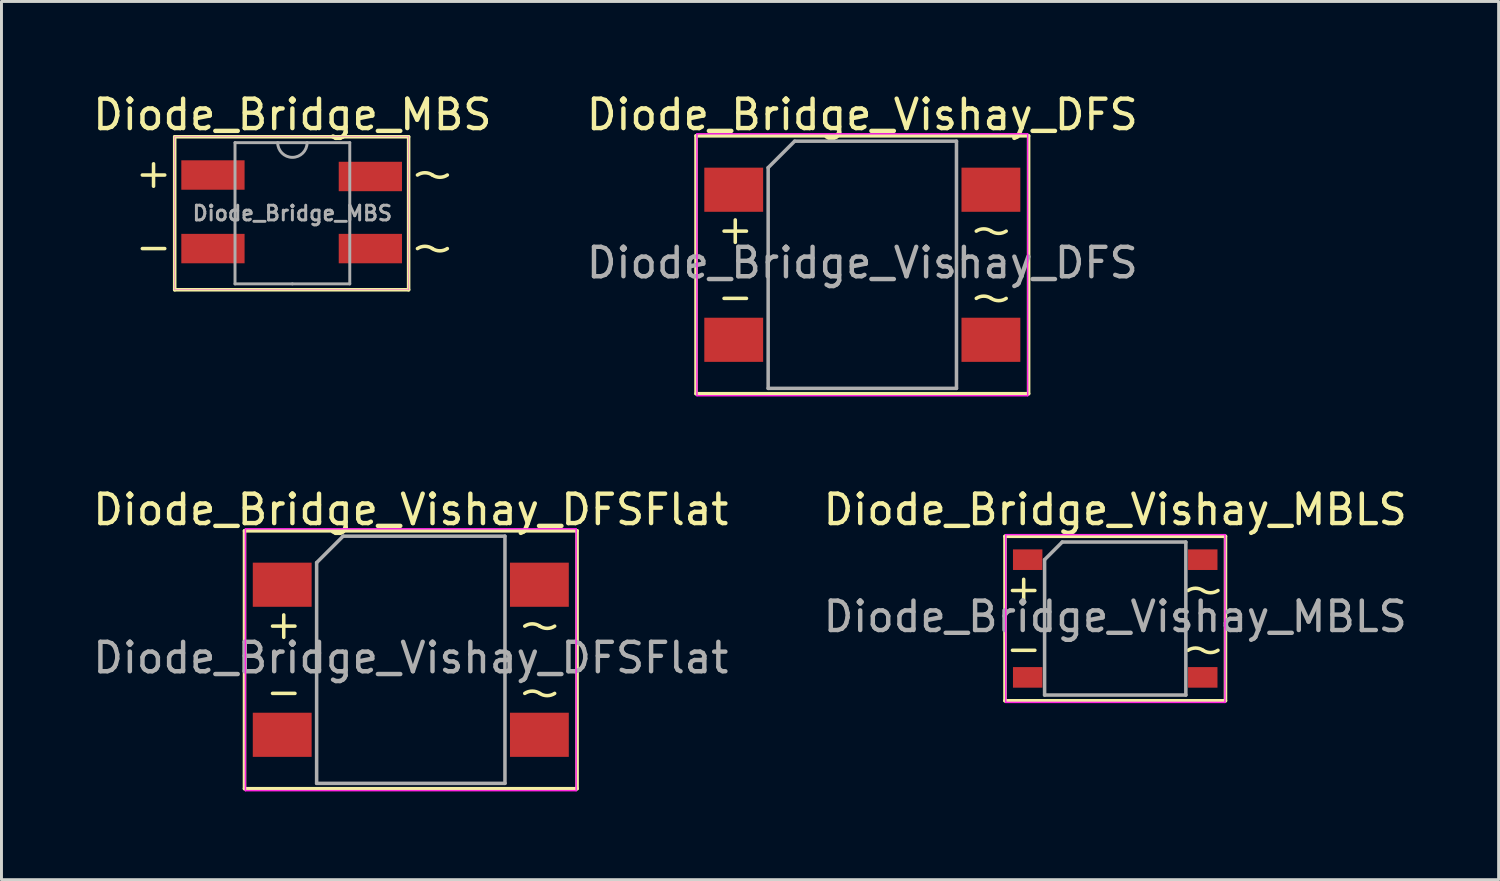
<source format=kicad_pcb>
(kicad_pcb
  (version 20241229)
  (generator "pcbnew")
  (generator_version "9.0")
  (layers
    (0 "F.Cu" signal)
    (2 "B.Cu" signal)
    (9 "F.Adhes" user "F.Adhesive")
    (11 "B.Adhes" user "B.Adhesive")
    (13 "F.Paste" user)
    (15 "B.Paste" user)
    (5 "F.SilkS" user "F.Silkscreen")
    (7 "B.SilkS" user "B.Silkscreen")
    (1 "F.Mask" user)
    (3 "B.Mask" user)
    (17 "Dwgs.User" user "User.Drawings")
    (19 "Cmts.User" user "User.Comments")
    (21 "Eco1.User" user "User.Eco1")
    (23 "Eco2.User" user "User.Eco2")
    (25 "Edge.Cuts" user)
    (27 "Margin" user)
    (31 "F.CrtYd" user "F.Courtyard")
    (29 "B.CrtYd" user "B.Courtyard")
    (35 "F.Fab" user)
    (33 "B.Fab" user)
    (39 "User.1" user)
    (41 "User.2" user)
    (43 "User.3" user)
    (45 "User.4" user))
  (footprint "Diode_Bridge_Vishay_DFS"
    (layer "F.Cu")
    (at 26.256 5.948)
    (property "Reference" "Diode_Bridge_Vishay_DFS" (at 0 -5.1 0) (layer "F.SilkS") (effects (font (size 1 1) (thickness 0.15))))
    (attr smd)
    (fp_line (start -5.652 -4.381) (end -5.652 4.381) (stroke (width 0.12) (type solid)) (layer "F.SilkS"))
    (fp_line (start -5.652 4.381) (end 5.652 4.381) (stroke (width 0.12) (type solid)) (layer "F.SilkS"))
    (fp_line (start -4.699 -1.143) (end -3.937 -1.143) (stroke (width 0.12) (type solid)) (layer "F.SilkS"))
    (fp_line (start -4.699 1.143) (end -3.937 1.143) (stroke (width 0.12) (type solid)) (layer "F.SilkS"))
    (fp_line (start -4.318 -1.524) (end -4.318 -0.762) (stroke (width 0.12) (type solid)) (layer "F.SilkS"))
    (fp_line (start 5.652 -4.381) (end -5.652 -4.381) (stroke (width 0.12) (type solid)) (layer "F.SilkS"))
    (fp_line (start 5.652 4.381) (end 5.652 -4.381) (stroke (width 0.12) (type solid)) (layer "F.SilkS"))
    (fp_arc (start 3.873501 -1.142999) (mid 4.1275 -1.219904) (end 4.381499 -1.142999) (stroke (width 0.12) (type solid)) (layer "F.SilkS"))
    (fp_arc (start 3.873501 1.143001) (mid 4.1275 1.066096) (end 4.381499 1.143001) (stroke (width 0.12) (type solid)) (layer "F.SilkS"))
    (fp_arc (start 4.8895 -1.143) (mid 4.635501 -1.066095) (end 4.381502 -1.143) (stroke (width 0.12) (type solid)) (layer "F.SilkS"))
    (fp_arc (start 4.8895 1.143) (mid 4.635501 1.219905) (end 4.381502 1.143) (stroke (width 0.12) (type solid)) (layer "F.SilkS"))
    (fp_line (start -5.62 -4.45) (end -5.62 4.45) (stroke (width 0.05) (type solid)) (layer "F.CrtYd"))
    (fp_line (start -5.62 -4.45) (end 5.62 -4.45) (stroke (width 0.05) (type solid)) (layer "F.CrtYd"))
    (fp_line (start 5.62 4.45) (end -5.62 4.45) (stroke (width 0.05) (type solid)) (layer "F.CrtYd"))
    (fp_line (start 5.62 4.45) (end 5.62 -4.45) (stroke (width 0.05) (type solid)) (layer "F.CrtYd"))
    (fp_line (start -3.2 -3.3) (end -2.3 -4.2) (stroke (width 0.12) (type solid)) (layer "F.Fab"))
    (fp_line (start -3.2 4.2) (end -3.2 -3.3) (stroke (width 0.12) (type solid)) (layer "F.Fab"))
    (fp_line (start -2.3 -4.2) (end 3.2 -4.2) (stroke (width 0.12) (type solid)) (layer "F.Fab"))
    (fp_line (start 3.2 -4.2) (end 3.2 4.2) (stroke (width 0.12) (type solid)) (layer "F.Fab"))
    (fp_line (start 3.2 4.2) (end -3.2 4.2) (stroke (width 0.12) (type solid)) (layer "F.Fab"))
    (fp_text user "${REFERENCE}" (at 0 -0.065 0) (layer "F.Fab") (effects (font (size 1 1) (thickness 0.15))))
    (pad "1" smd rect (at -4.37 -2.55) (size 2 1.5) (layers "F.Cu" "F.Mask" "F.Paste"))
    (pad "2" smd rect (at -4.37 2.55) (size 2 1.5) (layers "F.Cu" "F.Mask" "F.Paste"))
    (pad "3" smd rect (at 4.37 2.55) (size 2 1.5) (layers "F.Cu" "F.Mask" "F.Paste"))
    (pad "4" smd rect (at 4.37 -2.55) (size 2 1.5) (layers "F.Cu" "F.Mask" "F.Paste")))
  (footprint "Diode_Bridge_MBS"
    (layer "F.Cu")
    (at 6.887 4.198)
    (property "Reference" "Diode_Bridge_MBS" (at 0 -3.35 0) (unlocked yes) (layer "F.SilkS") (effects (font (size 1 1) (thickness 0.15))))
    (fp_line (start -5.1 -1.3) (end -4.338 -1.3) (stroke (width 0.12) (type solid)) (layer "F.SilkS"))
    (fp_line (start -5.1 1.2) (end -4.338 1.2) (stroke (width 0.12) (type solid)) (layer "F.SilkS"))
    (fp_line (start -4.719 -1.681) (end -4.719 -0.919) (stroke (width 0.12) (type solid)) (layer "F.SilkS"))
    (fp_line (start -4 -2.6) (end -4 2.6) (stroke (width 0.12) (type solid)) (layer "F.SilkS"))
    (fp_line (start -4 -2.6) (end 3.95 -2.6) (stroke (width 0.12) (type solid)) (layer "F.SilkS"))
    (fp_line (start 3.95 -2.6) (end 3.95 2.6) (stroke (width 0.12) (type solid)) (layer "F.SilkS"))
    (fp_line (start 3.95 2.6) (end -4 2.6) (stroke (width 0.12) (type solid)) (layer "F.SilkS"))
    (fp_arc (start 4.25 1.2) (mid 4.503999 1.123095) (end 4.757998 1.2) (stroke (width 0.12) (type solid)) (layer "F.SilkS"))
    (fp_arc (start 4.250003 -1.300001) (mid 4.504002 -1.376906) (end 4.758001 -1.300001) (stroke (width 0.12) (type solid)) (layer "F.SilkS"))
    (fp_arc (start 5.265999 1.199999) (mid 5.012 1.276904) (end 4.758001 1.199999) (stroke (width 0.12) (type solid)) (layer "F.SilkS"))
    (fp_arc (start 5.266002 -1.300002) (mid 5.012003 -1.223097) (end 4.758004 -1.300002) (stroke (width 0.12) (type solid)) (layer "F.SilkS"))
    (fp_line (start -4 -2.6) (end -4 2.6) (stroke (width 0.013) (type solid)) (layer "F.CrtYd"))
    (fp_line (start -4 2.6) (end 3.95 2.6) (stroke (width 0.013) (type solid)) (layer "F.CrtYd"))
    (fp_line (start 3.95 -2.6) (end -4 -2.6) (stroke (width 0.013) (type solid)) (layer "F.CrtYd"))
    (fp_line (start 3.95 2.6) (end 3.95 -2.6) (stroke (width 0.013) (type solid)) (layer "F.CrtYd"))
    (fp_line (start -1.95 -2.4) (end 1.95 -2.4) (stroke (width 0.1) (type solid)) (layer "F.Fab"))
    (fp_line (start -1.95 2.4) (end -1.95 -2.4) (stroke (width 0.1) (type solid)) (layer "F.Fab"))
    (fp_line (start 0 2.4) (end -1.95 2.4) (stroke (width 0.1) (type solid)) (layer "F.Fab"))
    (fp_line (start 1.95 -2.4) (end 1.95 2.4) (stroke (width 0.1) (type solid)) (layer "F.Fab"))
    (fp_line (start 1.95 2.4) (end 0 2.4) (stroke (width 0.1) (type solid)) (layer "F.Fab"))
    (fp_arc (start 0.5 -2.4) (mid 0 -1.9) (end -0.5 -2.4) (stroke (width 0.1) (type solid)) (layer "F.Fab"))
    (fp_text user "${REFERENCE}" (at 0 0 0) (layer "F.Fab") (effects (font (size 0.5 0.5) (thickness 0.1))))
    (pad "1" smd rect (at -2.7 -1.3) (size 2.15 1) (layers "F.Cu" "F.Mask" "F.Paste"))
    (pad "2" smd rect (at -2.7 1.2) (size 2.15 1) (layers "F.Cu" "F.Mask" "F.Paste"))
    (pad "3" smd rect (at 2.65 1.2) (size 2.15 1) (layers "F.Cu" "F.Mask" "F.Paste"))
    (pad "4" smd rect (at 2.65 -1.25) (size 2.15 1) (layers "F.Cu" "F.Mask" "F.Paste")))
  (footprint "Diode_Bridge_Vishay_DFSFlat"
    (layer "F.Cu")
    (at 10.911 19.372)
    (property "Reference" "Diode_Bridge_Vishay_DFSFlat" (at 0 -5.1 0) (layer "F.SilkS") (effects (font (size 1 1) (thickness 0.15))))
    (attr smd)
    (fp_line (start -5.652 -4.381) (end -5.652 4.381) (stroke (width 0.12) (type solid)) (layer "F.SilkS"))
    (fp_line (start -5.652 4.381) (end 5.652 4.381) (stroke (width 0.12) (type solid)) (layer "F.SilkS"))
    (fp_line (start -4.699 -1.143) (end -3.937 -1.143) (stroke (width 0.12) (type solid)) (layer "F.SilkS"))
    (fp_line (start -4.699 1.143) (end -3.937 1.143) (stroke (width 0.12) (type solid)) (layer "F.SilkS"))
    (fp_line (start -4.318 -1.524) (end -4.318 -0.762) (stroke (width 0.12) (type solid)) (layer "F.SilkS"))
    (fp_line (start 5.652 -4.381) (end -5.652 -4.381) (stroke (width 0.12) (type solid)) (layer "F.SilkS"))
    (fp_line (start 5.652 4.381) (end 5.652 -4.381) (stroke (width 0.12) (type solid)) (layer "F.SilkS"))
    (fp_arc (start 3.873501 -1.142999) (mid 4.1275 -1.219904) (end 4.381499 -1.142999) (stroke (width 0.12) (type solid)) (layer "F.SilkS"))
    (fp_arc (start 3.873501 1.143001) (mid 4.1275 1.066096) (end 4.381499 1.143001) (stroke (width 0.12) (type solid)) (layer "F.SilkS"))
    (fp_arc (start 4.8895 -1.143) (mid 4.635501 -1.066095) (end 4.381502 -1.143) (stroke (width 0.12) (type solid)) (layer "F.SilkS"))
    (fp_arc (start 4.8895 1.143) (mid 4.635501 1.219905) (end 4.381502 1.143) (stroke (width 0.12) (type solid)) (layer "F.SilkS"))
    (fp_line (start -5.62 -4.45) (end -5.62 4.45) (stroke (width 0.05) (type solid)) (layer "F.CrtYd"))
    (fp_line (start -5.62 -4.45) (end 5.62 -4.45) (stroke (width 0.05) (type solid)) (layer "F.CrtYd"))
    (fp_line (start 5.62 4.45) (end -5.62 4.45) (stroke (width 0.05) (type solid)) (layer "F.CrtYd"))
    (fp_line (start 5.62 4.45) (end 5.62 -4.45) (stroke (width 0.05) (type solid)) (layer "F.CrtYd"))
    (fp_line (start -3.2 -3.3) (end -2.3 -4.2) (stroke (width 0.12) (type solid)) (layer "F.Fab"))
    (fp_line (start -3.2 4.2) (end -3.2 -3.3) (stroke (width 0.12) (type solid)) (layer "F.Fab"))
    (fp_line (start -2.3 -4.2) (end 3.2 -4.2) (stroke (width 0.12) (type solid)) (layer "F.Fab"))
    (fp_line (start 3.2 -4.2) (end 3.2 4.2) (stroke (width 0.12) (type solid)) (layer "F.Fab"))
    (fp_line (start 3.2 4.2) (end -3.2 4.2) (stroke (width 0.12) (type solid)) (layer "F.Fab"))
    (fp_text user "${REFERENCE}" (at 0 -0.065 0) (layer "F.Fab") (effects (font (size 1 1) (thickness 0.15))))
    (pad "1" smd rect (at -4.37 -2.55) (size 2 1.5) (layers "F.Cu" "F.Mask" "F.Paste"))
    (pad "2" smd rect (at -4.37 2.55) (size 2 1.5) (layers "F.Cu" "F.Mask" "F.Paste"))
    (pad "3" smd rect (at 4.37 2.55) (size 2 1.5) (layers "F.Cu" "F.Mask" "F.Paste"))
    (pad "4" smd rect (at 4.37 -2.55) (size 2 1.5) (layers "F.Cu" "F.Mask" "F.Paste")))
  (footprint "Diode_Bridge_Vishay_MBLS"
    (layer "F.Cu")
    (at 34.851 17.971)
    (property "Reference" "Diode_Bridge_Vishay_MBLS" (at 0 -3.7 0) (layer "F.SilkS") (effects (font (size 1 1) (thickness 0.15))))
    (attr smd)
    (fp_line (start -3.747 -2.794) (end -3.747 2.794) (stroke (width 0.12) (type solid)) (layer "F.SilkS"))
    (fp_line (start -3.747 2.794) (end 3.747 2.794) (stroke (width 0.12) (type solid)) (layer "F.SilkS"))
    (fp_line (start -3.493 -0.953) (end -2.731 -0.953) (stroke (width 0.12) (type solid)) (layer "F.SilkS"))
    (fp_line (start -3.493 1.079) (end -2.731 1.079) (stroke (width 0.12) (type solid)) (layer "F.SilkS"))
    (fp_line (start -3.111 -1.333) (end -3.111 -0.572) (stroke (width 0.12) (type solid)) (layer "F.SilkS"))
    (fp_line (start 3.747 -2.794) (end -3.747 -2.794) (stroke (width 0.12) (type solid)) (layer "F.SilkS"))
    (fp_line (start 3.747 2.794) (end 3.747 -2.794) (stroke (width 0.12) (type solid)) (layer "F.SilkS"))
    (fp_arc (start 2.476501 -0.952499) (mid 2.7305 -1.029404) (end 2.984499 -0.952499) (stroke (width 0.12) (type solid)) (layer "F.SilkS"))
    (fp_arc (start 2.476501 1.079501) (mid 2.7305 1.002596) (end 2.984499 1.079501) (stroke (width 0.12) (type solid)) (layer "F.SilkS"))
    (fp_arc (start 3.4925 -0.9525) (mid 3.238501 -0.875595) (end 2.984502 -0.9525) (stroke (width 0.12) (type solid)) (layer "F.SilkS"))
    (fp_arc (start 3.4925 1.0795) (mid 3.238501 1.156405) (end 2.984502 1.0795) (stroke (width 0.12) (type solid)) (layer "F.SilkS"))
    (fp_line (start -3.72 -2.85) (end -3.72 2.85) (stroke (width 0.05) (type solid)) (layer "F.CrtYd"))
    (fp_line (start -3.72 -2.85) (end 3.73 -2.85) (stroke (width 0.05) (type solid)) (layer "F.CrtYd"))
    (fp_line (start 3.73 2.85) (end -3.72 2.85) (stroke (width 0.05) (type solid)) (layer "F.CrtYd"))
    (fp_line (start 3.73 2.85) (end 3.73 -2.85) (stroke (width 0.05) (type solid)) (layer "F.CrtYd"))
    (fp_line (start -2.4 -2) (end -2.4 2.6) (stroke (width 0.12) (type solid)) (layer "F.Fab"))
    (fp_line (start -2.4 2.6) (end 2.4 2.6) (stroke (width 0.12) (type solid)) (layer "F.Fab"))
    (fp_line (start -1.8 -2.6) (end -2.4 -2) (stroke (width 0.12) (type solid)) (layer "F.Fab"))
    (fp_line (start 2.4 -2.6) (end -1.8 -2.6) (stroke (width 0.12) (type solid)) (layer "F.Fab"))
    (fp_line (start 2.4 2.6) (end 2.4 -2.6) (stroke (width 0.12) (type solid)) (layer "F.Fab"))
    (fp_text user "${REFERENCE}" (at 0 -0.065 0) (layer "F.Fab") (effects (font (size 1 1) (thickness 0.15))))
    (pad "1" smd rect (at -2.975 -2) (size 1 0.7) (layers "F.Cu" "F.Mask" "F.Paste"))
    (pad "2" smd rect (at -2.975 2) (size 1 0.7) (layers "F.Cu" "F.Mask" "F.Paste"))
    (pad "3" smd rect (at 2.975 2) (size 1 0.7) (layers "F.Cu" "F.Mask" "F.Paste"))
    (pad "4" smd rect (at 2.975 -2) (size 1 0.7) (layers "F.Cu" "F.Mask" "F.Paste")))
  (gr_rect
    (start -3 -3)
    (end 47.881 26.846)
    (stroke (width 0.1) (type default))
    (fill no)
    (layer "Edge.Cuts")))
</source>
